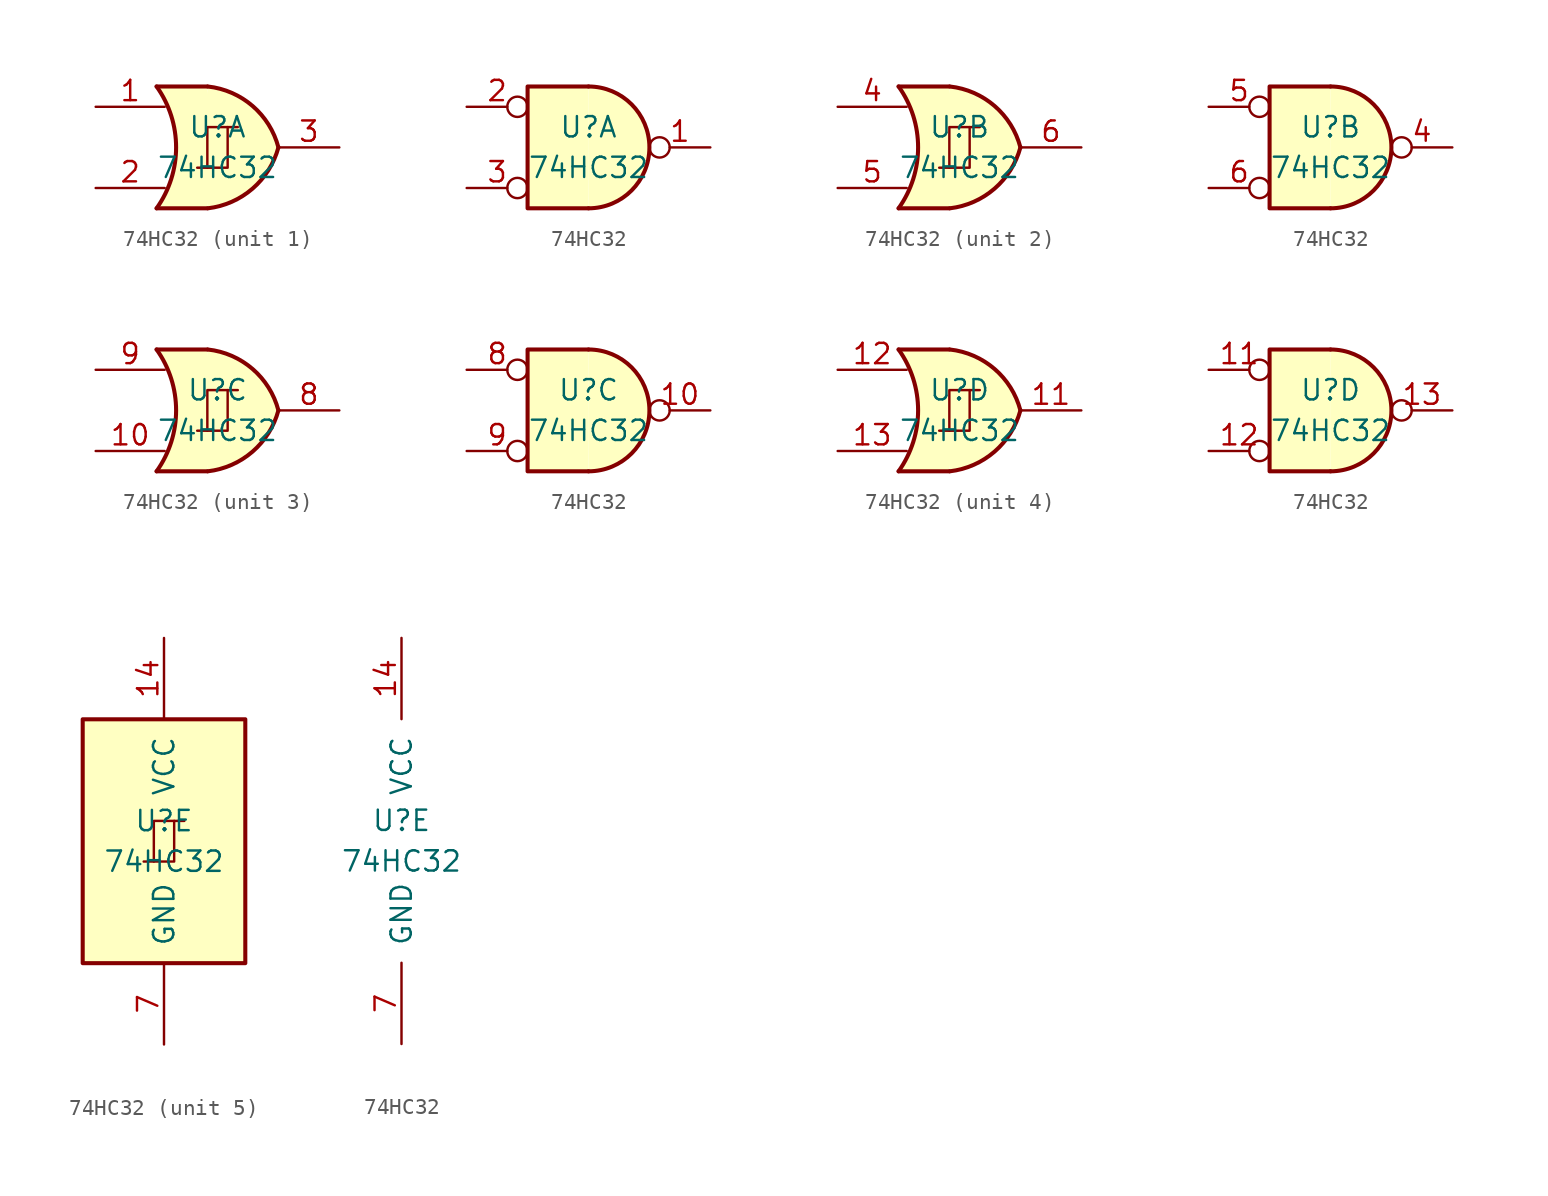
<source format=kicad_sym>
(kicad_symbol_lib
  (version 20211014)
  (generator kicad_symbol_editor)
  (symbol "74HC32"
    (pin_names
      (offset 1.016))
    (property "Reference" "U"
      (at 0 1.27 0)
      (effects (font (size 1.27 1.27))))
    (property "Value" "74HC32"
      (at 0 -1.27 0)
      (effects (font (size 1.27 1.27))))
    (property "ki_locked" ""
      (at 0 0 0)
      (effects (font (size 1.27 1.27))))
    (symbol "74HC32_1_1"
      (arc (start -3.81 -3.81) (mid -2.589 0) (end -3.81 3.81) (stroke (width 0.254) (type default) (color 0 0 0 0)) (fill (type none)))
      (arc (start -0.6096 -3.81) (mid 2.1842 -2.5851) (end 3.81 0) (stroke (width 0.254) (type default) (color 0 0 0 0)) (fill (type background)))
      (polyline (pts (xy -3.81 -3.81) (xy -0.635 -3.81)) (stroke (width 0.254) (type default) (color 0 0 0 0)) (fill (type background)))
      (polyline (pts (xy -3.81 3.81) (xy -0.635 3.81)) (stroke (width 0.254) (type default) (color 0 0 0 0)) (fill (type background)))
      (polyline (pts (xy -0.635 -1.27) (xy -0.635 1.27) (xy 0.635 1.27)) (stroke (width 0) (type default) (color 0 0 0 0)) (fill (type none)))
      (polyline (pts (xy -1.27 -1.27) (xy 0.635 -1.27) (xy 0.635 1.27) (xy 1.27 1.27)) (stroke (width 0) (type default) (color 0 0 0 0)) (fill (type none)))
      (polyline (pts (xy -0.635 3.81) (xy -3.81 3.81) (xy -3.81 3.81) (xy -3.556 3.404) (xy -3.023 2.261) (xy -2.692 1.041) (xy -2.616 -0.254) (xy -2.769 -1.499) (xy -3.175 -2.718) (xy -3.81 -3.81) (xy -3.81 -3.81) (xy -0.635 -3.81)) (stroke (width -25.4) (type default) (color 0 0 0 0)) (fill (type background)))
      (arc (start 3.81 0) (mid 2.1915 2.5936) (end -0.6096 3.81) (stroke (width 0.254) (type default) (color 0 0 0 0)) (fill (type background)))
      (pin input line (at -7.62 2.54 0) (length 4.318) (name "~" (effects (font (size 1.27 1.27)))) (number "1" (effects (font (size 1.27 1.27)))))
      (pin input line (at -7.62 -2.54 0) (length 4.318) (name "~" (effects (font (size 1.27 1.27)))) (number "2" (effects (font (size 1.27 1.27)))))
      (pin output line (at 7.62 0 180) (length 3.81) (name "~" (effects (font (size 1.27 1.27)))) (number "3" (effects (font (size 1.27 1.27))))))
    (symbol "74HC32_1_2"
      (arc (start 0 -3.81) (mid 3.81 0) (end 0 3.81) (stroke (width 0.254) (type default) (color 0 0 0 0)) (fill (type background)))
      (polyline (pts (xy 0 3.81) (xy -3.81 3.81) (xy -3.81 -3.81) (xy 0 -3.81)) (stroke (width 0.254) (type default) (color 0 0 0 0)) (fill (type background)))
      (pin output inverted (at 7.62 0 180) (length 3.81) (name "~" (effects (font (size 1.27 1.27)))) (number "1" (effects (font (size 1.27 1.27)))))
      (pin input inverted (at -7.62 2.54 0) (length 3.81) (name "~" (effects (font (size 1.27 1.27)))) (number "2" (effects (font (size 1.27 1.27)))))
      (pin input inverted (at -7.62 -2.54 0) (length 3.81) (name "~" (effects (font (size 1.27 1.27)))) (number "3" (effects (font (size 1.27 1.27))))))
    (symbol "74HC32_2_1"
      (arc (start -3.81 -3.81) (mid -2.589 0) (end -3.81 3.81) (stroke (width 0.254) (type default) (color 0 0 0 0)) (fill (type none)))
      (arc (start -0.6096 -3.81) (mid 2.1842 -2.5851) (end 3.81 0) (stroke (width 0.254) (type default) (color 0 0 0 0)) (fill (type background)))
      (polyline (pts (xy -3.81 -3.81) (xy -0.635 -3.81)) (stroke (width 0.254) (type default) (color 0 0 0 0)) (fill (type background)))
      (polyline (pts (xy -3.81 3.81) (xy -0.635 3.81)) (stroke (width 0.254) (type default) (color 0 0 0 0)) (fill (type background)))
      (polyline (pts (xy -0.635 -1.27) (xy -0.635 1.27) (xy 0.635 1.27)) (stroke (width 0) (type default) (color 0 0 0 0)) (fill (type none)))
      (polyline (pts (xy -1.27 -1.27) (xy 0.635 -1.27) (xy 0.635 1.27) (xy 1.27 1.27)) (stroke (width 0) (type default) (color 0 0 0 0)) (fill (type none)))
      (polyline (pts (xy -0.635 3.81) (xy -3.81 3.81) (xy -3.81 3.81) (xy -3.556 3.404) (xy -3.023 2.261) (xy -2.692 1.041) (xy -2.616 -0.254) (xy -2.769 -1.499) (xy -3.175 -2.718) (xy -3.81 -3.81) (xy -3.81 -3.81) (xy -0.635 -3.81)) (stroke (width -25.4) (type default) (color 0 0 0 0)) (fill (type background)))
      (arc (start 3.81 0) (mid 2.1915 2.5936) (end -0.6096 3.81) (stroke (width 0.254) (type default) (color 0 0 0 0)) (fill (type background)))
      (pin input line (at -7.62 2.54 0) (length 4.318) (name "~" (effects (font (size 1.27 1.27)))) (number "4" (effects (font (size 1.27 1.27)))))
      (pin input line (at -7.62 -2.54 0) (length 4.318) (name "~" (effects (font (size 1.27 1.27)))) (number "5" (effects (font (size 1.27 1.27)))))
      (pin output line (at 7.62 0 180) (length 3.81) (name "~" (effects (font (size 1.27 1.27)))) (number "6" (effects (font (size 1.27 1.27))))))
    (symbol "74HC32_2_2"
      (arc (start 0 -3.81) (mid 3.81 0) (end 0 3.81) (stroke (width 0.254) (type default) (color 0 0 0 0)) (fill (type background)))
      (polyline (pts (xy 0 3.81) (xy -3.81 3.81) (xy -3.81 -3.81) (xy 0 -3.81)) (stroke (width 0.254) (type default) (color 0 0 0 0)) (fill (type background)))
      (pin output inverted (at 7.62 0 180) (length 3.81) (name "~" (effects (font (size 1.27 1.27)))) (number "4" (effects (font (size 1.27 1.27)))))
      (pin input inverted (at -7.62 2.54 0) (length 3.81) (name "~" (effects (font (size 1.27 1.27)))) (number "5" (effects (font (size 1.27 1.27)))))
      (pin input inverted (at -7.62 -2.54 0) (length 3.81) (name "~" (effects (font (size 1.27 1.27)))) (number "6" (effects (font (size 1.27 1.27))))))
    (symbol "74HC32_3_1"
      (arc (start -3.81 -3.81) (mid -2.589 0) (end -3.81 3.81) (stroke (width 0.254) (type default) (color 0 0 0 0)) (fill (type none)))
      (arc (start -0.6096 -3.81) (mid 2.1842 -2.5851) (end 3.81 0) (stroke (width 0.254) (type default) (color 0 0 0 0)) (fill (type background)))
      (polyline (pts (xy -3.81 -3.81) (xy -0.635 -3.81)) (stroke (width 0.254) (type default) (color 0 0 0 0)) (fill (type background)))
      (polyline (pts (xy -3.81 3.81) (xy -0.635 3.81)) (stroke (width 0.254) (type default) (color 0 0 0 0)) (fill (type background)))
      (polyline (pts (xy -0.635 -1.27) (xy -0.635 1.27) (xy 0.635 1.27)) (stroke (width 0) (type default) (color 0 0 0 0)) (fill (type none)))
      (polyline (pts (xy -1.27 -1.27) (xy 0.635 -1.27) (xy 0.635 1.27) (xy 1.27 1.27)) (stroke (width 0) (type default) (color 0 0 0 0)) (fill (type none)))
      (polyline (pts (xy -0.635 3.81) (xy -3.81 3.81) (xy -3.81 3.81) (xy -3.556 3.404) (xy -3.023 2.261) (xy -2.692 1.041) (xy -2.616 -0.254) (xy -2.769 -1.499) (xy -3.175 -2.718) (xy -3.81 -3.81) (xy -3.81 -3.81) (xy -0.635 -3.81)) (stroke (width -25.4) (type default) (color 0 0 0 0)) (fill (type background)))
      (arc (start 3.81 0) (mid 2.1915 2.5936) (end -0.6096 3.81) (stroke (width 0.254) (type default) (color 0 0 0 0)) (fill (type background)))
      (pin input line (at -7.62 -2.54 0) (length 4.318) (name "~" (effects (font (size 1.27 1.27)))) (number "10" (effects (font (size 1.27 1.27)))))
      (pin output line (at 7.62 0 180) (length 3.81) (name "~" (effects (font (size 1.27 1.27)))) (number "8" (effects (font (size 1.27 1.27)))))
      (pin input line (at -7.62 2.54 0) (length 4.318) (name "~" (effects (font (size 1.27 1.27)))) (number "9" (effects (font (size 1.27 1.27))))))
    (symbol "74HC32_3_2"
      (arc (start 0 -3.81) (mid 3.81 0) (end 0 3.81) (stroke (width 0.254) (type default) (color 0 0 0 0)) (fill (type background)))
      (polyline (pts (xy 0 3.81) (xy -3.81 3.81) (xy -3.81 -3.81) (xy 0 -3.81)) (stroke (width 0.254) (type default) (color 0 0 0 0)) (fill (type background)))
      (pin output inverted (at 7.62 0 180) (length 3.81) (name "~" (effects (font (size 1.27 1.27)))) (number "10" (effects (font (size 1.27 1.27)))))
      (pin input inverted (at -7.62 2.54 0) (length 3.81) (name "~" (effects (font (size 1.27 1.27)))) (number "8" (effects (font (size 1.27 1.27)))))
      (pin input inverted (at -7.62 -2.54 0) (length 3.81) (name "~" (effects (font (size 1.27 1.27)))) (number "9" (effects (font (size 1.27 1.27))))))
    (symbol "74HC32_4_1"
      (arc (start -3.81 -3.81) (mid -2.589 0) (end -3.81 3.81) (stroke (width 0.254) (type default) (color 0 0 0 0)) (fill (type none)))
      (arc (start -0.6096 -3.81) (mid 2.1842 -2.5851) (end 3.81 0) (stroke (width 0.254) (type default) (color 0 0 0 0)) (fill (type background)))
      (polyline (pts (xy -3.81 -3.81) (xy -0.635 -3.81)) (stroke (width 0.254) (type default) (color 0 0 0 0)) (fill (type background)))
      (polyline (pts (xy -3.81 3.81) (xy -0.635 3.81)) (stroke (width 0.254) (type default) (color 0 0 0 0)) (fill (type background)))
      (polyline (pts (xy -0.635 -1.27) (xy -0.635 1.27) (xy 0.635 1.27)) (stroke (width 0) (type default) (color 0 0 0 0)) (fill (type none)))
      (polyline (pts (xy -1.27 -1.27) (xy 0.635 -1.27) (xy 0.635 1.27) (xy 1.27 1.27)) (stroke (width 0) (type default) (color 0 0 0 0)) (fill (type none)))
      (polyline (pts (xy -0.635 3.81) (xy -3.81 3.81) (xy -3.81 3.81) (xy -3.556 3.404) (xy -3.023 2.261) (xy -2.692 1.041) (xy -2.616 -0.254) (xy -2.769 -1.499) (xy -3.175 -2.718) (xy -3.81 -3.81) (xy -3.81 -3.81) (xy -0.635 -3.81)) (stroke (width -25.4) (type default) (color 0 0 0 0)) (fill (type background)))
      (arc (start 3.81 0) (mid 2.1915 2.5936) (end -0.6096 3.81) (stroke (width 0.254) (type default) (color 0 0 0 0)) (fill (type background)))
      (pin output line (at 7.62 0 180) (length 3.81) (name "~" (effects (font (size 1.27 1.27)))) (number "11" (effects (font (size 1.27 1.27)))))
      (pin input line (at -7.62 2.54 0) (length 4.318) (name "~" (effects (font (size 1.27 1.27)))) (number "12" (effects (font (size 1.27 1.27)))))
      (pin input line (at -7.62 -2.54 0) (length 4.318) (name "~" (effects (font (size 1.27 1.27)))) (number "13" (effects (font (size 1.27 1.27))))))
    (symbol "74HC32_4_2"
      (arc (start 0 -3.81) (mid 3.81 0) (end 0 3.81) (stroke (width 0.254) (type default) (color 0 0 0 0)) (fill (type background)))
      (polyline (pts (xy 0 3.81) (xy -3.81 3.81) (xy -3.81 -3.81) (xy 0 -3.81)) (stroke (width 0.254) (type default) (color 0 0 0 0)) (fill (type background)))
      (pin input inverted (at -7.62 2.54 0) (length 3.81) (name "~" (effects (font (size 1.27 1.27)))) (number "11" (effects (font (size 1.27 1.27)))))
      (pin input inverted (at -7.62 -2.54 0) (length 3.81) (name "~" (effects (font (size 1.27 1.27)))) (number "12" (effects (font (size 1.27 1.27)))))
      (pin output inverted (at 7.62 0 180) (length 3.81) (name "~" (effects (font (size 1.27 1.27)))) (number "13" (effects (font (size 1.27 1.27))))))
    (symbol "74HC32_5_0"
      (pin power_in line (at 0 12.7 270) (length 5.08) (name "VCC" (effects (font (size 1.27 1.27)))) (number "14" (effects (font (size 1.27 1.27)))))
      (pin power_in line (at 0 -12.7 90) (length 5.08) (name "GND" (effects (font (size 1.27 1.27)))) (number "7" (effects (font (size 1.27 1.27))))))
    (symbol "74HC32_5_1"
      (rectangle (start -5.08 7.62) (end 5.08 -7.62) (stroke (width 0.254) (type default) (color 0 0 0 0)) (fill (type background)))
      (polyline (pts (xy -0.635 -1.27) (xy -0.635 1.27) (xy 0.635 1.27)) (stroke (width 0) (type default) (color 0 0 0 0)) (fill (type none)))
      (polyline (pts (xy -1.27 -1.27) (xy 0.635 -1.27) (xy 0.635 1.27) (xy 1.27 1.27)) (stroke (width 0) (type default) (color 0 0 0 0)) (fill (type none))))))
</source>
